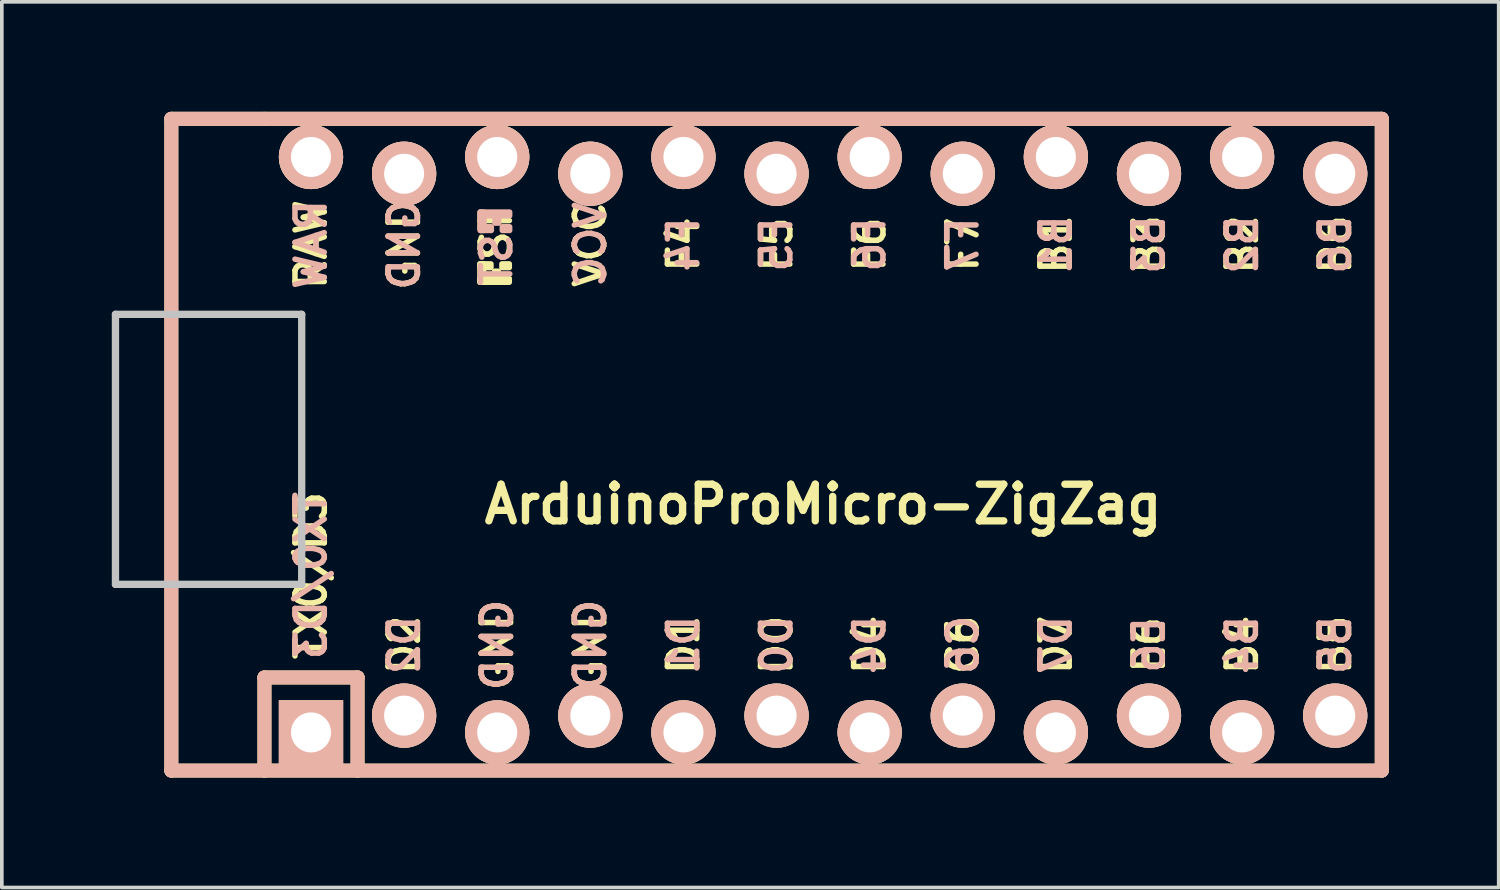
<source format=kicad_pcb>
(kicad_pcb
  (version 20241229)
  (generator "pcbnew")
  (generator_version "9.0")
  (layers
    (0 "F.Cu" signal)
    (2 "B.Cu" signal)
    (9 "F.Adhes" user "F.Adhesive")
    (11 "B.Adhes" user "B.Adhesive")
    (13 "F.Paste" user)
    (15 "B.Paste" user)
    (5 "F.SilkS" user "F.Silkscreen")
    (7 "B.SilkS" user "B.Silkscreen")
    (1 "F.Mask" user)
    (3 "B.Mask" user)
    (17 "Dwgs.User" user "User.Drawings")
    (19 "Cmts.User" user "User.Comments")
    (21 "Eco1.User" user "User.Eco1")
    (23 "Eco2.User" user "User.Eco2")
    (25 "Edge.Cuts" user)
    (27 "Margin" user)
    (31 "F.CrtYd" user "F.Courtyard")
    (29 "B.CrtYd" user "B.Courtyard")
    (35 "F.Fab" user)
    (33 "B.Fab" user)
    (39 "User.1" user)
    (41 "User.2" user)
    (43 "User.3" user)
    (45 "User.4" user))
  (footprint "ArduinoProMicro-ZigZag"
    (layer "F.Cu")
    (at 19.404 9.081)
    (property "Reference" "ArduinoProMicro-ZigZag" (at 0 1.625 0) (layer "F.SilkS") (effects (font (size 1 1) (thickness 0.2))))
    (attr through_hole)
    (fp_line (start -17.78 -8.89) (end -17.78 8.89) (stroke (width 0.381) (type solid)) (layer "F.SilkS"))
    (fp_line (start -17.78 8.89) (end -15.24 8.89) (stroke (width 0.381) (type solid)) (layer "F.SilkS"))
    (fp_line (start -15.24 -8.89) (end -17.78 -8.89) (stroke (width 0.381) (type solid)) (layer "F.SilkS"))
    (fp_line (start -15.24 6.35) (end -15.24 8.89) (stroke (width 0.381) (type solid)) (layer "F.SilkS"))
    (fp_line (start -15.24 6.35) (end -12.7 6.35) (stroke (width 0.381) (type solid)) (layer "F.SilkS"))
    (fp_line (start -15.24 8.89) (end 15.24 8.89) (stroke (width 0.381) (type solid)) (layer "F.SilkS"))
    (fp_line (start -12.7 6.35) (end -12.7 8.89) (stroke (width 0.381) (type solid)) (layer "F.SilkS"))
    (fp_line (start 15.24 -8.89) (end -15.24 -8.89) (stroke (width 0.381) (type solid)) (layer "F.SilkS"))
    (fp_line (start 15.24 8.89) (end 15.24 -8.89) (stroke (width 0.381) (type solid)) (layer "F.SilkS"))
    (fp_poly (pts (xy -9.361 -4.932) (xy -9.261 -4.932) (xy -9.261 -4.432) (xy -9.361 -4.432)) (stroke (width 0.15) (type solid)) (fill yes) (layer "F.SilkS"))
    (fp_poly (pts (xy -9.361 -4.932) (xy -9.061 -4.932) (xy -9.061 -4.832) (xy -9.361 -4.832)) (stroke (width 0.15) (type solid)) (fill yes) (layer "F.SilkS"))
    (fp_poly (pts (xy -9.361 -4.532) (xy -8.561 -4.532) (xy -8.561 -4.432) (xy -9.361 -4.432)) (stroke (width 0.15) (type solid)) (fill yes) (layer "F.SilkS"))
    (fp_poly (pts (xy -8.961 -4.732) (xy -8.861 -4.732) (xy -8.861 -4.632) (xy -8.961 -4.632)) (stroke (width 0.15) (type solid)) (fill yes) (layer "F.SilkS"))
    (fp_poly (pts (xy -8.761 -4.932) (xy -8.561 -4.932) (xy -8.561 -4.832) (xy -8.761 -4.832)) (stroke (width 0.15) (type solid)) (fill yes) (layer "F.SilkS"))
    (fp_line (start -17.78 -8.89) (end -17.78 8.89) (stroke (width 0.381) (type solid)) (layer "B.SilkS"))
    (fp_line (start -17.78 8.89) (end 15.24 8.89) (stroke (width 0.381) (type solid)) (layer "B.SilkS"))
    (fp_line (start -15.24 6.35) (end -15.24 8.89) (stroke (width 0.381) (type solid)) (layer "B.SilkS"))
    (fp_line (start -15.24 6.35) (end -12.7 6.35) (stroke (width 0.381) (type solid)) (layer "B.SilkS"))
    (fp_line (start -12.7 6.35) (end -12.7 8.89) (stroke (width 0.381) (type solid)) (layer "B.SilkS"))
    (fp_line (start 15.24 -8.89) (end -17.78 -8.89) (stroke (width 0.381) (type solid)) (layer "B.SilkS"))
    (fp_line (start 15.24 8.89) (end 15.24 -8.89) (stroke (width 0.381) (type solid)) (layer "B.SilkS"))
    (fp_poly (pts (xy -9.351 -6.245) (xy -8.551 -6.245) (xy -8.551 -6.345) (xy -9.351 -6.345)) (stroke (width 0.15) (type solid)) (fill yes) (layer "B.SilkS"))
    (fp_poly (pts (xy -9.351 -5.845) (xy -9.251 -5.845) (xy -9.251 -6.345) (xy -9.351 -6.345)) (stroke (width 0.15) (type solid)) (fill yes) (layer "B.SilkS"))
    (fp_poly (pts (xy -9.351 -5.845) (xy -9.051 -5.845) (xy -9.051 -5.945) (xy -9.351 -5.945)) (stroke (width 0.15) (type solid)) (fill yes) (layer "B.SilkS"))
    (fp_poly (pts (xy -8.951 -6.045) (xy -8.851 -6.045) (xy -8.851 -6.145) (xy -8.951 -6.145)) (stroke (width 0.15) (type solid)) (fill yes) (layer "B.SilkS"))
    (fp_poly (pts (xy -8.751 -5.845) (xy -8.551 -5.845) (xy -8.551 -5.945) (xy -8.751 -5.945)) (stroke (width 0.15) (type solid)) (fill yes) (layer "B.SilkS"))
    (fp_line (start -19.304 -3.556) (end -14.224 -3.556) (stroke (width 0.2) (type solid)) (layer "Dwgs.User"))
    (fp_line (start -19.304 3.81) (end -19.304 -3.556) (stroke (width 0.2) (type solid)) (layer "Dwgs.User"))
    (fp_line (start -14.224 -3.556) (end -14.224 3.81) (stroke (width 0.2) (type solid)) (layer "Dwgs.User"))
    (fp_line (start -14.224 3.81) (end -19.304 3.81) (stroke (width 0.2) (type solid)) (layer "Dwgs.User"))
    (fp_text user "GND" (at -6.35 5.461 90) (layer "F.SilkS") (effects (font (size 0.8 0.8) (thickness 0.15))))
    (fp_text user "B5" (at 13.97 5.461 90) (layer "F.SilkS") (effects (font (size 0.8 0.8) (thickness 0.15))))
    (fp_text user "GND" (at -11.43 -5.461 90) (layer "F.SilkS") (effects (font (size 0.8 0.8) (thickness 0.15))))
    (fp_text user "D0" (at -1.27 5.461 90) (layer "F.SilkS") (effects (font (size 0.8 0.8) (thickness 0.15))))
    (fp_text user "B6" (at 13.97 -5.461 90) (layer "F.SilkS") (effects (font (size 0.8 0.8) (thickness 0.15))))
    (fp_text user "F6" (at 1.27 -5.461 90) (layer "F.SilkS") (effects (font (size 0.8 0.8) (thickness 0.15))))
    (fp_text user "B2" (at 11.43 -5.461 90) (layer "F.SilkS") (effects (font (size 0.8 0.8) (thickness 0.15))))
    (fp_text user "D7" (at 6.35 5.461 90) (layer "F.SilkS") (effects (font (size 0.8 0.8) (thickness 0.15))))
    (fp_text user "F5" (at -1.27 -5.461 90) (layer "F.SilkS") (effects (font (size 0.8 0.8) (thickness 0.15))))
    (fp_text user "RAW" (at -13.97 -5.461 90) (layer "F.SilkS") (effects (font (size 0.8 0.8) (thickness 0.15))))
    (fp_text user "VCC" (at -6.35 -5.461 90) (layer "F.SilkS") (effects (font (size 0.8 0.8) (thickness 0.15))))
    (fp_text user "D4" (at 1.27 5.461 90) (layer "F.SilkS") (effects (font (size 0.8 0.8) (thickness 0.15))))
    (fp_text user "B1" (at 6.35 -5.461 90) (layer "F.SilkS") (effects (font (size 0.8 0.8) (thickness 0.15))))
    (fp_text user "D2" (at -11.43 5.461 90) (layer "F.SilkS") (effects (font (size 0.8 0.8) (thickness 0.15))))
    (fp_text user "F4" (at -3.81 -5.461 90) (layer "F.SilkS") (effects (font (size 0.8 0.8) (thickness 0.15))))
    (fp_text user "TX0/D3" (at -13.97 3.572 90) (layer "F.SilkS") (effects (font (size 0.8 0.8) (thickness 0.15))))
    (fp_text user "D1" (at -3.81 5.461 90) (layer "F.SilkS") (effects (font (size 0.8 0.8) (thickness 0.15))))
    (fp_text user "F7" (at 3.81 -5.461 90) (layer "F.SilkS") (effects (font (size 0.8 0.8) (thickness 0.15))))
    (fp_text user "GND" (at -8.89 5.461 90) (layer "F.SilkS") (effects (font (size 0.8 0.8) (thickness 0.15))))
    (fp_text user "E6" (at 8.89 5.461 90) (layer "F.SilkS") (effects (font (size 0.8 0.8) (thickness 0.15))))
    (fp_text user "C6" (at 3.81 5.461 90) (layer "F.SilkS") (effects (font (size 0.8 0.8) (thickness 0.15))))
    (fp_text user "B4" (at 11.43 5.461 90) (layer "F.SilkS") (effects (font (size 0.8 0.8) (thickness 0.15))))
    (fp_text user "B3" (at 8.89 -5.461 90) (layer "F.SilkS") (effects (font (size 0.8 0.8) (thickness 0.15))))
    (fp_text user "ST" (at -8.92 -5.733 90) (layer "F.SilkS") (effects (font (size 0.8 0.8) (thickness 0.15))))
    (fp_text user "B5" (at 13.97 5.461 90) (layer "B.SilkS") (effects (font (size 0.8 0.8) (thickness 0.15)) (justify mirror)))
    (fp_text user "B2" (at 11.43 -5.461 90) (layer "B.SilkS") (effects (font (size 0.8 0.8) (thickness 0.15)) (justify mirror)))
    (fp_text user "GND" (at -8.89 5.461 90) (layer "B.SilkS") (effects (font (size 0.8 0.8) (thickness 0.15)) (justify mirror)))
    (fp_text user "D7" (at 6.35 5.461 90) (layer "B.SilkS") (effects (font (size 0.8 0.8) (thickness 0.15)) (justify mirror)))
    (fp_text user "TX0/D3" (at -13.97 3.572 90) (layer "B.SilkS") (effects (font (size 0.8 0.8) (thickness 0.15)) (justify mirror)))
    (fp_text user "F7" (at 3.81 -5.461 90) (layer "B.SilkS") (effects (font (size 0.8 0.8) (thickness 0.15)) (justify mirror)))
    (fp_text user "B1" (at 6.35 -5.461 90) (layer "B.SilkS") (effects (font (size 0.8 0.8) (thickness 0.15)) (justify mirror)))
    (fp_text user "E6" (at 8.89 5.461 90) (layer "B.SilkS") (effects (font (size 0.8 0.8) (thickness 0.15)) (justify mirror)))
    (fp_text user "ST" (at -8.91 -5.04 90) (layer "B.SilkS") (effects (font (size 0.8 0.8) (thickness 0.15)) (justify mirror)))
    (fp_text user "B4" (at 11.43 5.461 90) (layer "B.SilkS") (effects (font (size 0.8 0.8) (thickness 0.15)) (justify mirror)))
    (fp_text user "GND" (at -6.35 5.461 90) (layer "B.SilkS") (effects (font (size 0.8 0.8) (thickness 0.15)) (justify mirror)))
    (fp_text user "D2" (at -11.43 5.461 90) (layer "B.SilkS") (effects (font (size 0.8 0.8) (thickness 0.15)) (justify mirror)))
    (fp_text user "D1" (at -3.81 5.461 90) (layer "B.SilkS") (effects (font (size 0.8 0.8) (thickness 0.15)) (justify mirror)))
    (fp_text user "B3" (at 8.89 -5.461 90) (layer "B.SilkS") (effects (font (size 0.8 0.8) (thickness 0.15)) (justify mirror)))
    (fp_text user "C6" (at 3.81 5.461 90) (layer "B.SilkS") (effects (font (size 0.8 0.8) (thickness 0.15)) (justify mirror)))
    (fp_text user "F5" (at -1.27 -5.461 90) (layer "B.SilkS") (effects (font (size 0.8 0.8) (thickness 0.15)) (justify mirror)))
    (fp_text user "F6" (at 1.27 -5.461 90) (layer "B.SilkS") (effects (font (size 0.8 0.8) (thickness 0.15)) (justify mirror)))
    (fp_text user "B6" (at 13.97 -5.461 90) (layer "B.SilkS") (effects (font (size 0.8 0.8) (thickness 0.15)) (justify mirror)))
    (fp_text user "D0" (at -1.27 5.461 90) (layer "B.SilkS") (effects (font (size 0.8 0.8) (thickness 0.15)) (justify mirror)))
    (fp_text user "F4" (at -3.81 -5.461 90) (layer "B.SilkS") (effects (font (size 0.8 0.8) (thickness 0.15)) (justify mirror)))
    (fp_text user "VCC" (at -6.35 -5.461 90) (layer "B.SilkS") (effects (font (size 0.8 0.8) (thickness 0.15)) (justify mirror)))
    (fp_text user "D4" (at 1.27 5.461 90) (layer "B.SilkS") (effects (font (size 0.8 0.8) (thickness 0.15)) (justify mirror)))
    (fp_text user "GND" (at -11.43 -5.461 90) (layer "B.SilkS") (effects (font (size 0.8 0.8) (thickness 0.15)) (justify mirror)))
    (fp_text user "RAW" (at -13.97 -5.461 90) (layer "B.SilkS") (effects (font (size 0.8 0.8) (thickness 0.15)) (justify mirror)))
    (pad "1" thru_hole rect (at -13.97 7.849) (size 1.753 1.753) (drill 1.092) (layers "*.Cu" "*.SilkS" "*.Mask"))
    (pad "2" thru_hole circle (at -11.43 7.391) (size 1.753 1.753) (drill 1.092) (layers "*.Cu" "*.SilkS" "*.Mask"))
    (pad "3" thru_hole circle (at -8.89 7.849) (size 1.753 1.753) (drill 1.092) (layers "*.Cu" "*.SilkS" "*.Mask"))
    (pad "4" thru_hole circle (at -6.35 7.391) (size 1.753 1.753) (drill 1.092) (layers "*.Cu" "*.SilkS" "*.Mask"))
    (pad "5" thru_hole circle (at -3.81 7.849) (size 1.753 1.753) (drill 1.092) (layers "*.Cu" "*.SilkS" "*.Mask"))
    (pad "6" thru_hole circle (at -1.27 7.391) (size 1.753 1.753) (drill 1.092) (layers "*.Cu" "*.SilkS" "*.Mask"))
    (pad "7" thru_hole circle (at 1.27 7.849) (size 1.753 1.753) (drill 1.092) (layers "*.Cu" "*.SilkS" "*.Mask"))
    (pad "8" thru_hole circle (at 3.81 7.391) (size 1.753 1.753) (drill 1.092) (layers "*.Cu" "*.SilkS" "*.Mask"))
    (pad "9" thru_hole circle (at 6.35 7.849) (size 1.753 1.753) (drill 1.092) (layers "*.Cu" "*.SilkS" "*.Mask"))
    (pad "10" thru_hole circle (at 8.89 7.391) (size 1.753 1.753) (drill 1.092) (layers "*.Cu" "*.SilkS" "*.Mask"))
    (pad "11" thru_hole circle (at 11.43 7.849) (size 1.753 1.753) (drill 1.092) (layers "*.Cu" "*.SilkS" "*.Mask"))
    (pad "12" thru_hole circle (at 13.97 7.391) (size 1.753 1.753) (drill 1.092) (layers "*.Cu" "*.SilkS" "*.Mask"))
    (pad "13" thru_hole circle (at 13.97 -7.391) (size 1.753 1.753) (drill 1.092) (layers "*.Cu" "*.SilkS" "*.Mask"))
    (pad "14" thru_hole circle (at 11.43 -7.849) (size 1.753 1.753) (drill 1.092) (layers "*.Cu" "*.SilkS" "*.Mask"))
    (pad "15" thru_hole circle (at 8.89 -7.391) (size 1.753 1.753) (drill 1.092) (layers "*.Cu" "*.SilkS" "*.Mask"))
    (pad "16" thru_hole circle (at 6.35 -7.849) (size 1.753 1.753) (drill 1.092) (layers "*.Cu" "*.SilkS" "*.Mask"))
    (pad "17" thru_hole circle (at 3.81 -7.391) (size 1.753 1.753) (drill 1.092) (layers "*.Cu" "*.SilkS" "*.Mask"))
    (pad "18" thru_hole circle (at 1.27 -7.849) (size 1.753 1.753) (drill 1.092) (layers "*.Cu" "*.SilkS" "*.Mask"))
    (pad "19" thru_hole circle (at -1.27 -7.391) (size 1.753 1.753) (drill 1.092) (layers "*.Cu" "*.SilkS" "*.Mask"))
    (pad "20" thru_hole circle (at -3.81 -7.849) (size 1.753 1.753) (drill 1.092) (layers "*.Cu" "*.SilkS" "*.Mask"))
    (pad "21" thru_hole circle (at -6.35 -7.391) (size 1.753 1.753) (drill 1.092) (layers "*.Cu" "*.SilkS" "*.Mask"))
    (pad "22" thru_hole circle (at -8.89 -7.849) (size 1.753 1.753) (drill 1.092) (layers "*.Cu" "*.SilkS" "*.Mask"))
    (pad "23" thru_hole circle (at -11.43 -7.391) (size 1.753 1.753) (drill 1.092) (layers "*.Cu" "*.SilkS" "*.Mask"))
    (pad "24" thru_hole circle (at -13.97 -7.849) (size 1.753 1.753) (drill 1.092) (layers "*.Cu" "*.SilkS" "*.Mask")))
  (gr_rect
    (start -3 -3)
    (end 37.834 21.161)
    (stroke (width 0.1) (type default))
    (fill no)
    (layer "Edge.Cuts")))
</source>
